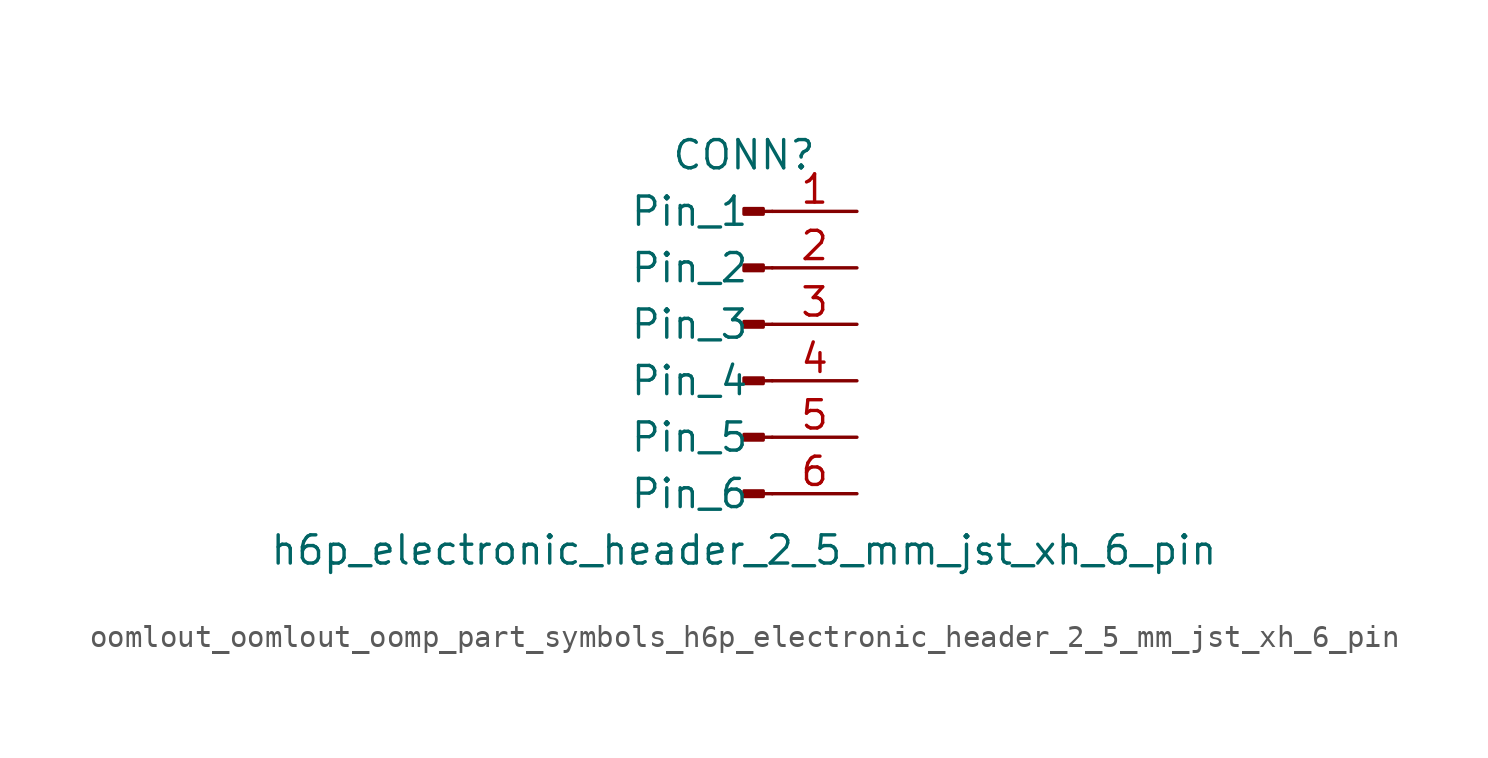
<source format=kicad_sym>
(kicad_symbol_lib
  (version 20220914)
  (generator kicad_symbol_editor)
  (symbol "oomlout_oomlout_oomp_part_symbols_h6p_electronic_header_2_5_mm_jst_xh_6_pin"
    (pin_names
      (offset 1.016))
    (property "Reference" "CONN"
      (at 0 7.62 0)
      (effects (font (size 1.27 1.27))))
    (property "Value" "h6p_electronic_header_2_5_mm_jst_xh_6_pin"
      (at 0 -10.16 0)
      (effects (font (size 1.27 1.27))))
    (property "ki_locked" ""
      (at 0 0 0)
      (effects (font (size 1.27 1.27))))
    (symbol "oomlout_oomlout_oomp_part_symbols_h6p_electronic_header_2_5_mm_jst_xh_6_pin_1_1"
      (polyline (pts (xy 1.27 -7.62) (xy 0.864 -7.62)) (stroke (width 0.152) (type default)) (fill (type none)))
      (polyline (pts (xy 1.27 -5.08) (xy 0.864 -5.08)) (stroke (width 0.152) (type default)) (fill (type none)))
      (polyline (pts (xy 1.27 -2.54) (xy 0.864 -2.54)) (stroke (width 0.152) (type default)) (fill (type none)))
      (polyline (pts (xy 1.27 0) (xy 0.864 0)) (stroke (width 0.152) (type default)) (fill (type none)))
      (polyline (pts (xy 1.27 2.54) (xy 0.864 2.54)) (stroke (width 0.152) (type default)) (fill (type none)))
      (polyline (pts (xy 1.27 5.08) (xy 0.864 5.08)) (stroke (width 0.152) (type default)) (fill (type none)))
      (rectangle (start 0.864 -7.493) (end 0 -7.747) (stroke (width 0.152) (type default)) (fill (type outline)))
      (rectangle (start 0.864 -4.953) (end 0 -5.207) (stroke (width 0.152) (type default)) (fill (type outline)))
      (rectangle (start 0.864 -2.413) (end 0 -2.667) (stroke (width 0.152) (type default)) (fill (type outline)))
      (rectangle (start 0.864 0.127) (end 0 -0.127) (stroke (width 0.152) (type default)) (fill (type outline)))
      (rectangle (start 0.864 2.667) (end 0 2.413) (stroke (width 0.152) (type default)) (fill (type outline)))
      (rectangle (start 0.864 5.207) (end 0 4.953) (stroke (width 0.152) (type default)) (fill (type outline)))
      (pin passive line (at 5.08 5.08 180) (length 3.81) (name "Pin_1" (effects (font (size 1.27 1.27)))) (number "1" (effects (font (size 1.27 1.27)))))
      (pin passive line (at 5.08 2.54 180) (length 3.81) (name "Pin_2" (effects (font (size 1.27 1.27)))) (number "2" (effects (font (size 1.27 1.27)))))
      (pin passive line (at 5.08 0 180) (length 3.81) (name "Pin_3" (effects (font (size 1.27 1.27)))) (number "3" (effects (font (size 1.27 1.27)))))
      (pin passive line (at 5.08 -2.54 180) (length 3.81) (name "Pin_4" (effects (font (size 1.27 1.27)))) (number "4" (effects (font (size 1.27 1.27)))))
      (pin passive line (at 5.08 -5.08 180) (length 3.81) (name "Pin_5" (effects (font (size 1.27 1.27)))) (number "5" (effects (font (size 1.27 1.27)))))
      (pin passive line (at 5.08 -7.62 180) (length 3.81) (name "Pin_6" (effects (font (size 1.27 1.27)))) (number "6" (effects (font (size 1.27 1.27))))))))
</source>
